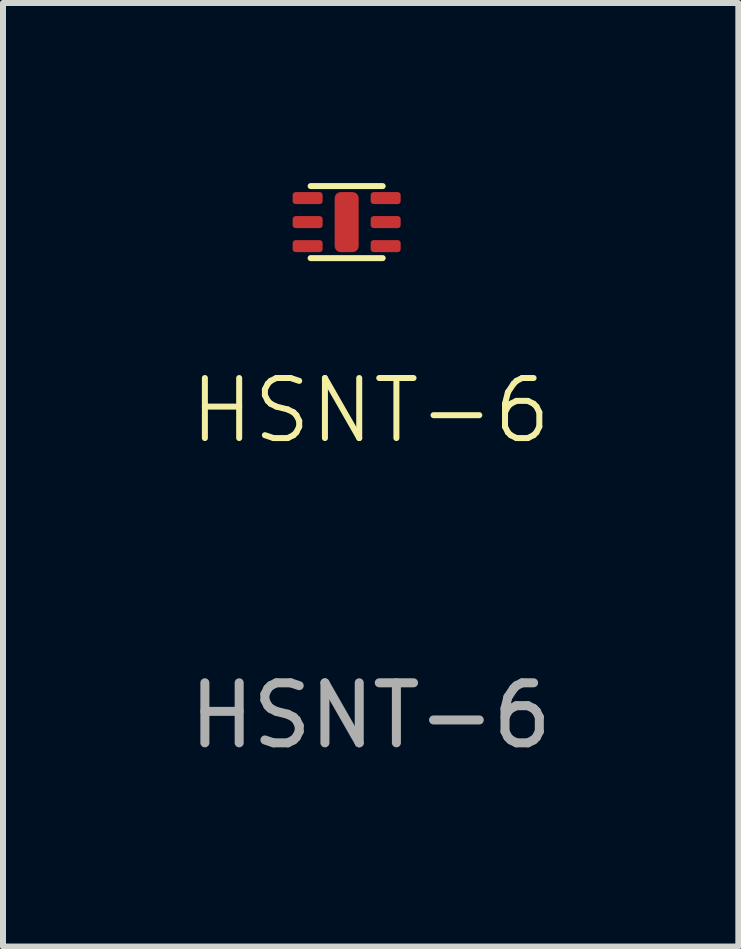
<source format=kicad_pcb>
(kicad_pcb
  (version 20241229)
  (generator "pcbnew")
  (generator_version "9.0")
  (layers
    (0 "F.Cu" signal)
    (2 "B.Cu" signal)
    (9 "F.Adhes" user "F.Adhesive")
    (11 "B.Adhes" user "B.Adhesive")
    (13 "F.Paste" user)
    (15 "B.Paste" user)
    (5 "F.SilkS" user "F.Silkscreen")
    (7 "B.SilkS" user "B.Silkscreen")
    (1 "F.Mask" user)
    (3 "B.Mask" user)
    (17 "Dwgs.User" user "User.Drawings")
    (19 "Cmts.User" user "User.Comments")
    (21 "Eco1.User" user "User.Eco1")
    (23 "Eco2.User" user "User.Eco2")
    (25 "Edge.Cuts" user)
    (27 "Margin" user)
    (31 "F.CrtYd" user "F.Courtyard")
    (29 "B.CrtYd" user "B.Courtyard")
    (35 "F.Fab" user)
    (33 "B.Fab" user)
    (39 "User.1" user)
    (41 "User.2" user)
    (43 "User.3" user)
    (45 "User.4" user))
  (footprint "HSNT-6"
    (layer "F.Cu")
    (at 2.725 0.65)
    (property "Reference" "HSNT-6" (at 0.4 3.14 0) (unlocked yes) (layer "F.SilkS") (effects (font (size 1 1) (thickness 0.1))))
    (attr smd)
    (fp_line (start -0.6 -0.6) (end 0.6 -0.6) (stroke (width 0.1) (type default)) (layer "F.SilkS"))
    (fp_line (start -0.6 0.6) (end 0.6 0.6) (stroke (width 0.1) (type default)) (layer "F.SilkS"))
    (fp_text user "${REFERENCE}" (at 0.4 8.22 0) (unlocked yes) (layer "F.Fab") (effects (font (size 1 1) (thickness 0.15))))
    (pad "1" smd roundrect (at -0.65 -0.4 270) (size 0.2 0.5) (layers "F.Cu" "F.Mask" "F.Paste") (roundrect_rratio 0.25))
    (pad "2" smd roundrect (at -0.65 0 270) (size 0.2 0.5) (layers "F.Cu" "F.Mask" "F.Paste") (roundrect_rratio 0.25))
    (pad "3" smd roundrect (at -0.65 0.4 270) (size 0.2 0.5) (layers "F.Cu" "F.Mask" "F.Paste") (roundrect_rratio 0.25))
    (pad "4" smd roundrect (at 0.65 0.4 270) (size 0.2 0.5) (layers "F.Cu" "F.Mask" "F.Paste") (roundrect_rratio 0.25))
    (pad "5" smd roundrect (at 0.65 0 270) (size 0.2 0.5) (layers "F.Cu" "F.Mask" "F.Paste") (roundrect_rratio 0.25))
    (pad "6" smd roundrect (at 0.65 -0.4 270) (size 0.2 0.5) (layers "F.Cu" "F.Mask" "F.Paste") (roundrect_rratio 0.25))
    (pad "7" smd roundrect (at 0 0 270) (size 1 0.4) (layers "F.Cu" "F.Mask" "F.Paste") (roundrect_rratio 0.25)))
  (gr_rect
    (start -3 -3)
    (end 9.25 12.718)
    (stroke (width 0.1) (type default))
    (fill no)
    (layer "Edge.Cuts")))
</source>
